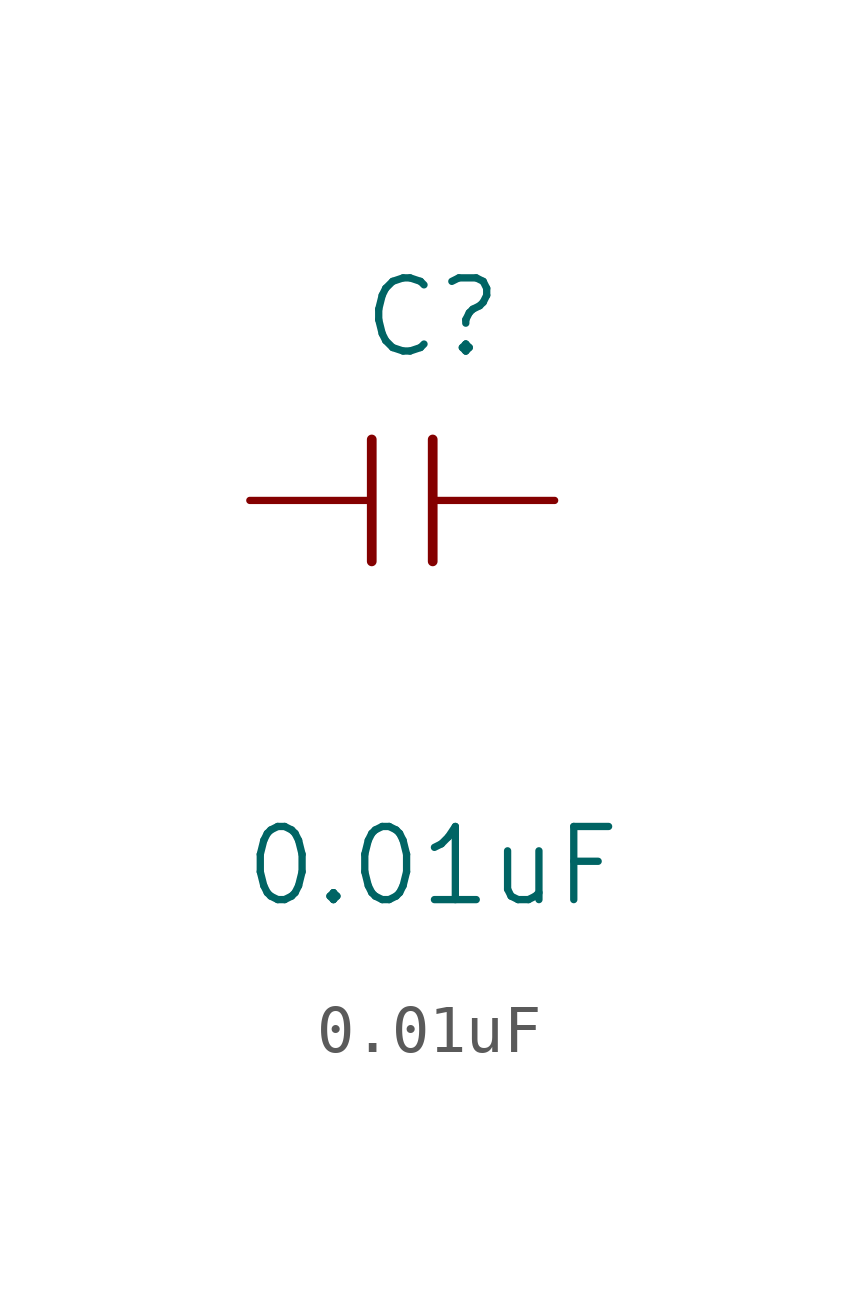
<source format=kicad_sym>
(kicad_symbol_lib
  (version 20211014)
  (generator kicad_symbol_editor)
  (symbol "0.01uF"
    (pin_numbers hide)
    (pin_names
      (offset 1.651) hide)
    (property "Reference" "C"
      (at 3.81 3.81 0)
      (effects (font (size 1.524 1.524))))
    (property "Value" "0.01uF"
      (at 3.81 -7.62 0)
      (effects (font (size 1.524 1.524))))
    (symbol "0.01uF_1_1"
      (polyline (pts (xy 2.54 -1.27) (xy 2.54 1.27)) (stroke (width 0.203) (type default) (color 0 0 0 0)) (fill (type none)))
      (polyline (pts (xy 3.81 -1.27) (xy 3.81 1.27)) (stroke (width 0.203) (type default) (color 0 0 0 0)) (fill (type none)))
      (pin unspecified line (at 0 0 0) (length 2.54) (name "1" (effects (font (size 1.499 1.499)))) (number "1" (effects (font (size 1.499 1.499)))))
      (pin unspecified line (at 6.35 0 180) (length 2.54) (name "2" (effects (font (size 1.499 1.499)))) (number "2" (effects (font (size 1.499 1.499))))))))
</source>
